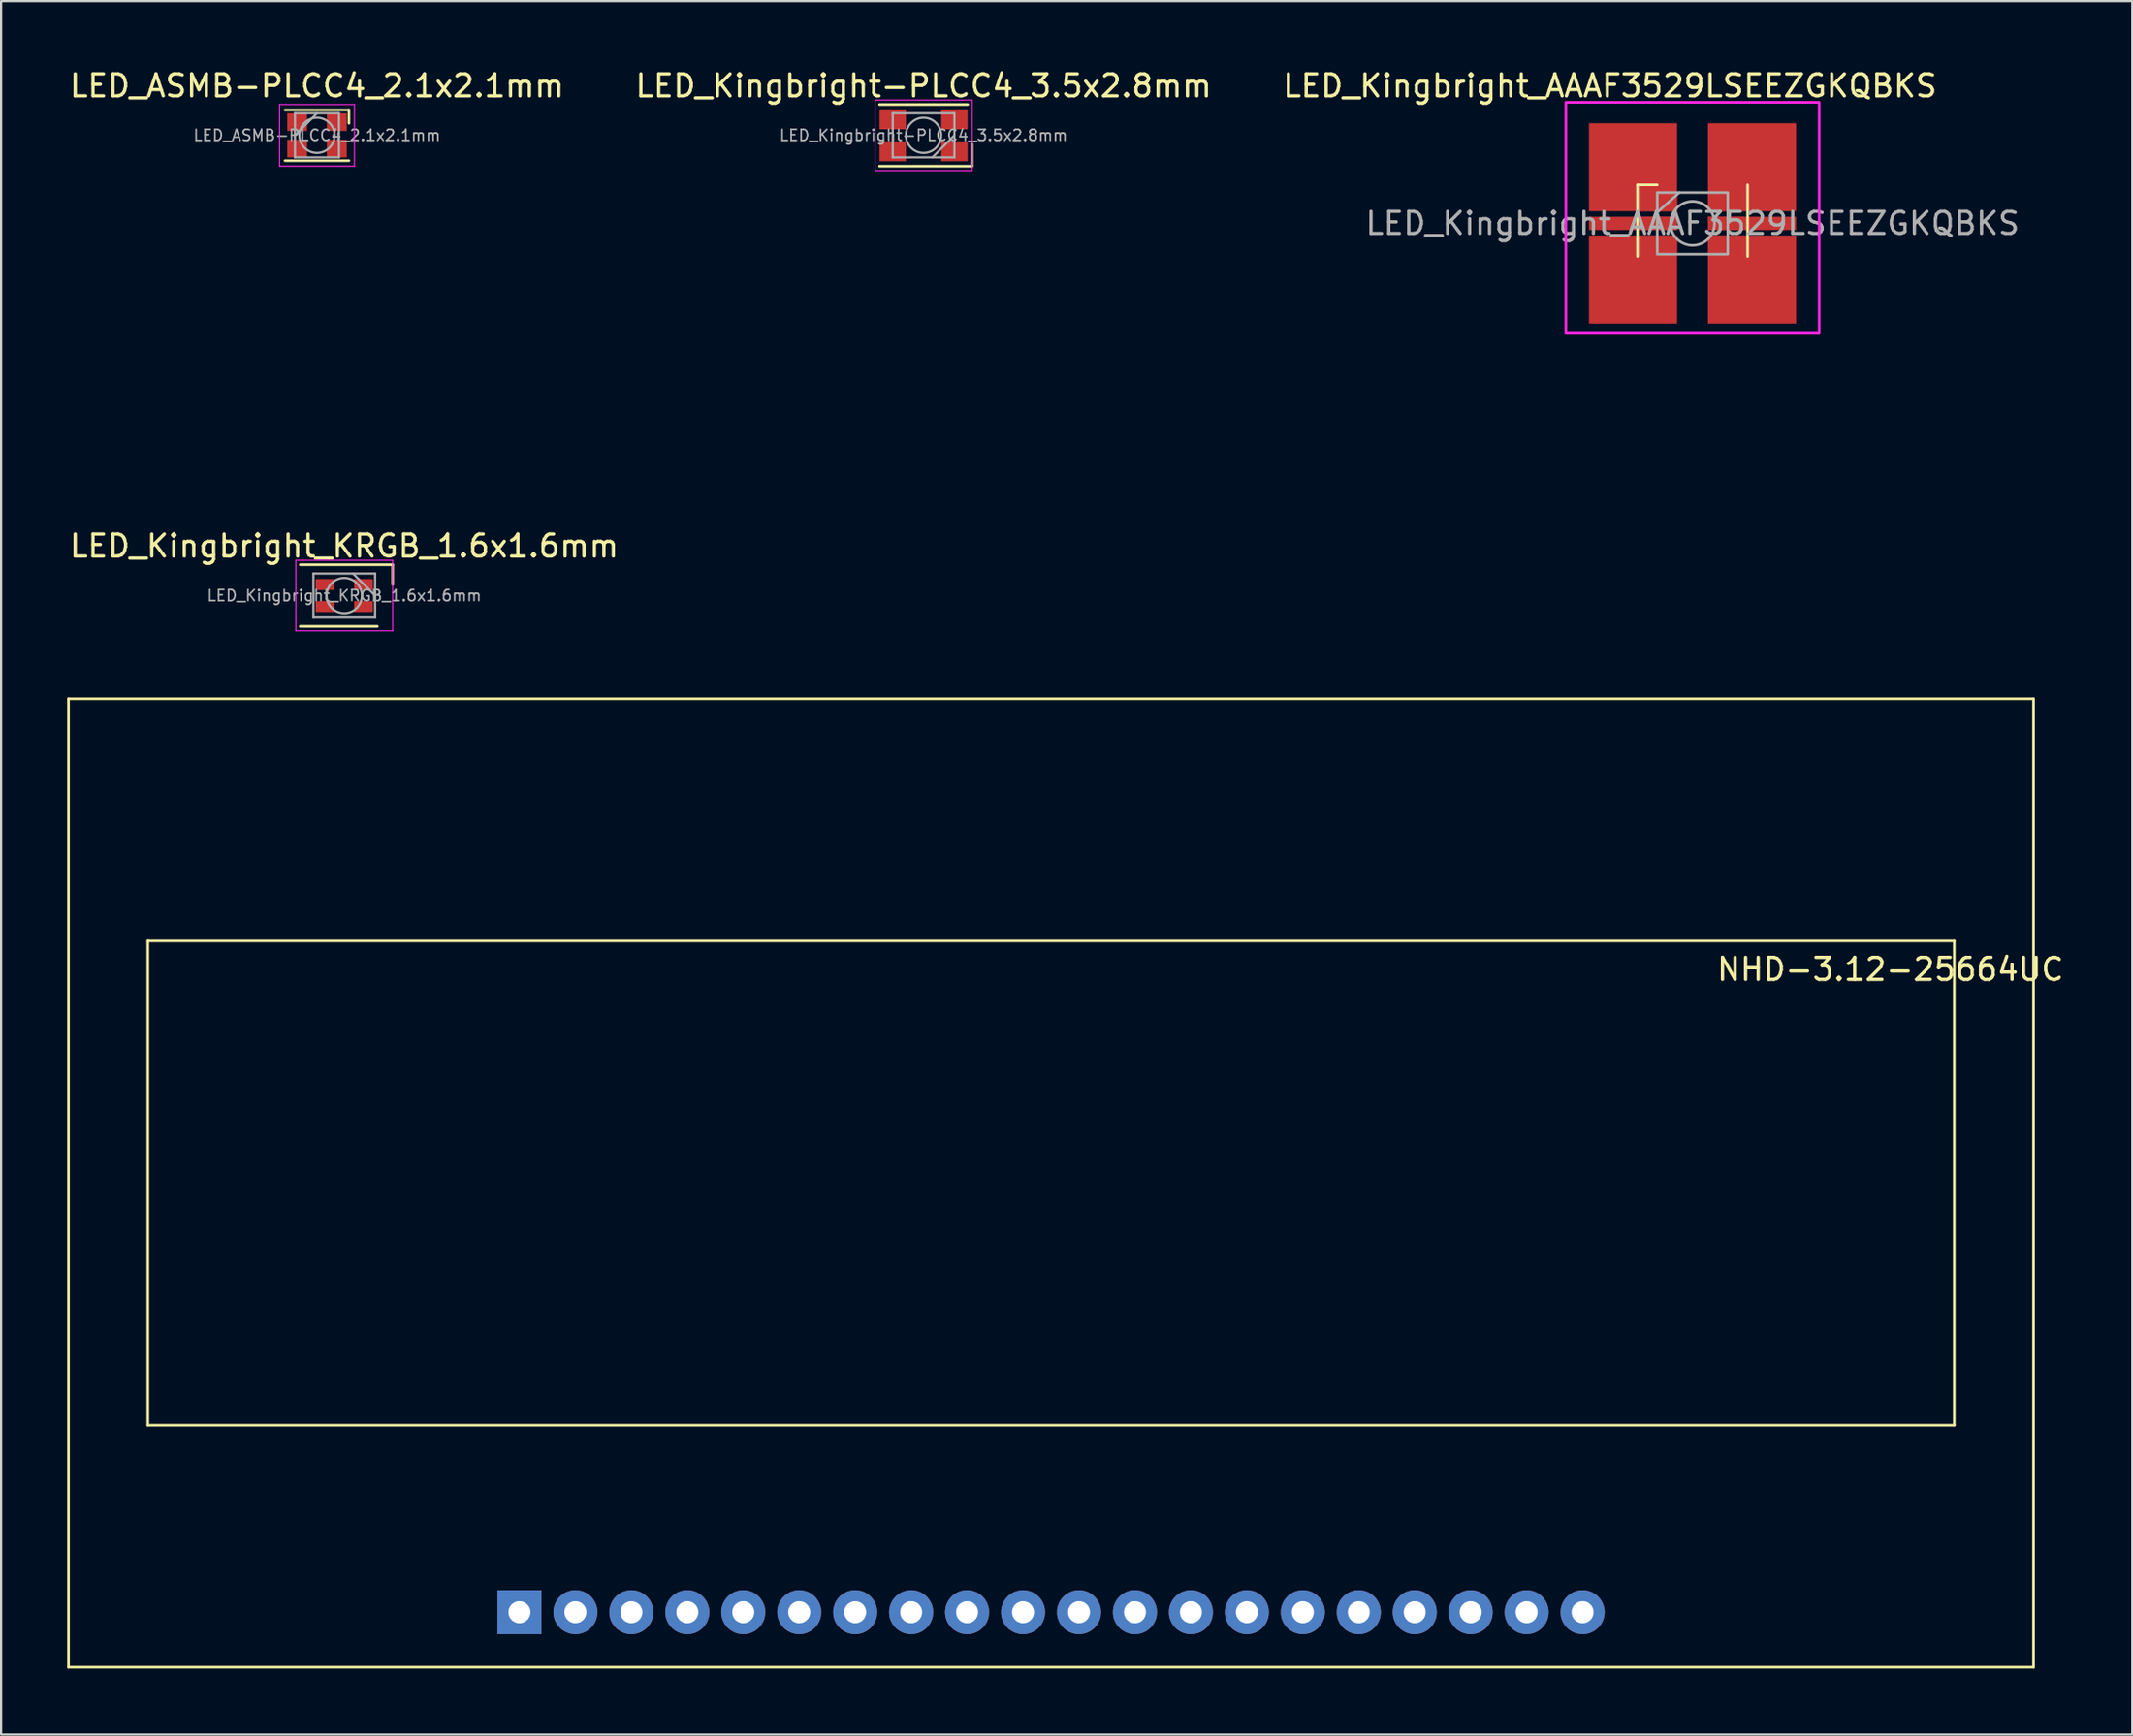
<source format=kicad_pcb>
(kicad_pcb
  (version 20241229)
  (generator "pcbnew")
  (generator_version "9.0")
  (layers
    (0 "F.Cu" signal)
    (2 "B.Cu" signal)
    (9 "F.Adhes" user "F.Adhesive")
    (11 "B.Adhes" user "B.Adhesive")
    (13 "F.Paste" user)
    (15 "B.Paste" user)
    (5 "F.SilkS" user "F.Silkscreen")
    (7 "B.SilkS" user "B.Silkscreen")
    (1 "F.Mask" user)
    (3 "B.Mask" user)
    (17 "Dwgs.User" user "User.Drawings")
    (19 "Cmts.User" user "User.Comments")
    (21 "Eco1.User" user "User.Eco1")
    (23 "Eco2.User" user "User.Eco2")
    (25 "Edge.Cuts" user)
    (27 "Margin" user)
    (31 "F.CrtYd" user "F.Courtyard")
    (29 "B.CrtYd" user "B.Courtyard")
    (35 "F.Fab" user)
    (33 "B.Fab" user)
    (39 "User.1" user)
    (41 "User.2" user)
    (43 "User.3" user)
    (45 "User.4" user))
  (footprint "NHD-3.12-25664UC"
    (layer "F.Cu")
    (at 44.66 51.142)
    (property "Reference" "NHD-3.12-25664UC" (at 38.1 -10.16 180) (layer "F.SilkS") (effects (font (size 1 1) (thickness 0.15))))
    (attr through_hole)
    (fp_line (start -44.6 21.55) (end -44.6 -22.45) (stroke (width 0.12) (type solid)) (layer "F.SilkS"))
    (fp_line (start -41 10.55) (end -41 -11.45) (stroke (width 0.12) (type solid)) (layer "F.SilkS"))
    (fp_line (start 41 -11.45) (end -41 -11.45) (stroke (width 0.12) (type solid)) (layer "F.SilkS"))
    (fp_line (start 41 10.55) (end -41 10.55) (stroke (width 0.12) (type solid)) (layer "F.SilkS"))
    (fp_line (start 41 10.55) (end 41 -11.45) (stroke (width 0.12) (type solid)) (layer "F.SilkS"))
    (fp_line (start 44.6 -22.45) (end -44.6 -22.45) (stroke (width 0.12) (type solid)) (layer "F.SilkS"))
    (fp_line (start 44.6 21.55) (end -44.6 21.55) (stroke (width 0.12) (type solid)) (layer "F.SilkS"))
    (fp_line (start 44.6 21.55) (end 44.6 -22.45) (stroke (width 0.12) (type solid)) (layer "F.SilkS"))
    (pad "1" thru_hole rect (at -24.13 19.05 180) (size 2 2) (drill 1) (layers "*.Cu" "*.Mask"))
    (pad "2" thru_hole circle (at -21.59 19.05 180) (size 2 2) (drill 1) (layers "*.Cu" "*.Mask"))
    (pad "3" thru_hole circle (at -19.05 19.05 180) (size 2 2) (drill 1) (layers "*.Cu" "*.Mask"))
    (pad "4" thru_hole circle (at -16.51 19.05 180) (size 2 2) (drill 1) (layers "*.Cu" "*.Mask"))
    (pad "5" thru_hole circle (at -13.97 19.05 180) (size 2 2) (drill 1) (layers "*.Cu" "*.Mask"))
    (pad "6" thru_hole circle (at -11.43 19.05 180) (size 2 2) (drill 1) (layers "*.Cu" "*.Mask"))
    (pad "7" thru_hole circle (at -8.89 19.05 180) (size 2 2) (drill 1) (layers "*.Cu" "*.Mask"))
    (pad "8" thru_hole circle (at -6.35 19.05 180) (size 2 2) (drill 1) (layers "*.Cu" "*.Mask"))
    (pad "9" thru_hole circle (at -3.81 19.05 180) (size 2 2) (drill 1) (layers "*.Cu" "*.Mask"))
    (pad "10" thru_hole circle (at -1.27 19.05 180) (size 2 2) (drill 1) (layers "*.Cu" "*.Mask"))
    (pad "11" thru_hole circle (at 1.27 19.05 180) (size 2 2) (drill 1) (layers "*.Cu" "*.Mask"))
    (pad "12" thru_hole circle (at 3.81 19.05 180) (size 2 2) (drill 1) (layers "*.Cu" "*.Mask"))
    (pad "13" thru_hole circle (at 6.35 19.05 180) (size 2 2) (drill 1) (layers "*.Cu" "*.Mask"))
    (pad "14" thru_hole circle (at 8.89 19.05 180) (size 2 2) (drill 1) (layers "*.Cu" "*.Mask"))
    (pad "15" thru_hole circle (at 11.43 19.05 180) (size 2 2) (drill 1) (layers "*.Cu" "*.Mask"))
    (pad "16" thru_hole circle (at 13.97 19.05 180) (size 2 2) (drill 1) (layers "*.Cu" "*.Mask"))
    (pad "17" thru_hole circle (at 16.51 19.05 180) (size 2 2) (drill 1) (layers "*.Cu" "*.Mask"))
    (pad "18" thru_hole circle (at 19.05 19.05 180) (size 2 2) (drill 1) (layers "*.Cu" "*.Mask"))
    (pad "19" thru_hole circle (at 21.59 19.05 180) (size 2 2) (drill 1) (layers "*.Cu" "*.Mask"))
    (pad "20" thru_hole circle (at 24.13 19.05 180) (size 2 2) (drill 1) (layers "*.Cu" "*.Mask")))
  (footprint "LED_Kingbright-PLCC4_3.5x2.8mm"
    (layer "F.Cu")
    (at 38.875 3.098)
    (property "Reference" "LED_Kingbright-PLCC4_3.5x2.8mm" (at 0 -2.25 0) (layer "F.SilkS") (effects (font (size 1 1) (thickness 0.15))))
    (attr smd)
    (fp_line (start -2 -1.4) (end 2 -1.4) (stroke (width 0.12) (type solid)) (layer "F.SilkS"))
    (fp_line (start -2 1.4) (end 2.2 1.4) (stroke (width 0.12) (type solid)) (layer "F.SilkS"))
    (fp_line (start 2.2 1.4) (end 2.2 0.4) (stroke (width 0.12) (type solid)) (layer "F.SilkS"))
    (fp_line (start -2.2 -1.6) (end -2.2 1.6) (stroke (width 0.05) (type solid)) (layer "F.CrtYd"))
    (fp_line (start -2.2 1.6) (end 2.2 1.6) (stroke (width 0.05) (type solid)) (layer "F.CrtYd"))
    (fp_line (start 2.2 -1.6) (end -2.2 -1.6) (stroke (width 0.05) (type solid)) (layer "F.CrtYd"))
    (fp_line (start 2.2 1.6) (end 2.2 -1.6) (stroke (width 0.05) (type solid)) (layer "F.CrtYd"))
    (fp_line (start -1.4 -1) (end -1.4 1) (stroke (width 0.1) (type solid)) (layer "F.Fab"))
    (fp_line (start -1.4 1) (end 1.4 1) (stroke (width 0.1) (type solid)) (layer "F.Fab"))
    (fp_line (start 1.4 -1) (end -1.4 -1) (stroke (width 0.1) (type solid)) (layer "F.Fab"))
    (fp_line (start 1.4 0) (end 0.4 1) (stroke (width 0.1) (type solid)) (layer "F.Fab"))
    (fp_line (start 1.4 1) (end 1.4 -1) (stroke (width 0.1) (type solid)) (layer "F.Fab"))
    (fp_circle (center 0 0) (end 0.8 0) (stroke (width 0.1) (type solid)) (fill no) (layer "F.Fab"))
    (fp_text user "${REFERENCE}" (at 0 0 0) (layer "F.Fab") (effects (font (size 0.5 0.5) (thickness 0.075))))
    (pad "1" smd rect (at 1.4 0.725) (size 1.2 0.9) (layers "F.Cu" "F.Mask" "F.Paste"))
    (pad "2" smd rect (at -1.4 0.725) (size 1.2 0.9) (layers "F.Cu" "F.Mask" "F.Paste"))
    (pad "3" smd rect (at -1.4 -0.725) (size 1.2 0.9) (layers "F.Cu" "F.Mask" "F.Paste"))
    (pad "4" smd rect (at 1.4 -0.725) (size 1.2 0.9) (layers "F.Cu" "F.Mask" "F.Paste")))
  (footprint "LED_Kingbright_AAAF3529LSEEZGKQBKS"
    (layer "F.Cu")
    (at 73.78 7.098)
    (property "Reference" "LED_Kingbright_AAAF3529LSEEZGKQBKS" (at -3.75 -6.25 0) (unlocked yes) (layer "F.SilkS") (effects (font (size 1 1) (thickness 0.15))))
    (attr smd)
    (fp_line (start -2.5 -1.75) (end -2.5 1.5) (stroke (width 0.12) (type default)) (layer "F.SilkS"))
    (fp_line (start -2.5 -1.75) (end -1.6 -1.75) (stroke (width 0.12) (type default)) (layer "F.SilkS"))
    (fp_line (start 2.5 1.5) (end 2.5 -1.75) (stroke (width 0.12) (type default)) (layer "F.SilkS"))
    (fp_rect (start -0.25 10.75) (end -0.25 10.75) (stroke (width 0.12) (type default)) (fill no) (layer "F.SilkS"))
    (fp_rect (start -5.75 -5.5) (end 5.75 5) (stroke (width 0.12) (type default)) (fill no) (layer "F.CrtYd"))
    (fp_line (start -0.6 -1.4) (end -1.6 -0.5) (stroke (width 0.12) (type default)) (layer "F.Fab"))
    (fp_rect (start -1.6 -1.4) (end 1.6 1.4) (stroke (width 0.12) (type default)) (fill no) (layer "F.Fab"))
    (fp_circle (center 0 0) (end 1 0) (stroke (width 0.12) (type default)) (fill no) (layer "F.Fab"))
    (fp_text user "${REFERENCE}" (at 0 0 0) (unlocked yes) (layer "F.Fab") (effects (font (size 1 1) (thickness 0.15))))
    (pad "1" smd rect (at -2.7 -2.55) (size 4 4) (layers "F.Cu"))
    (pad "1" smd rect (at -1.525 -0.95) (size 1.65 0.8) (layers "F.Cu" "F.Mask" "F.Paste"))
    (pad "2" smd rect (at -2.7 0) (size 4 0.6) (layers "F.Cu"))
    (pad "2" smd rect (at -1.525 0) (size 1.65 0.6) (layers "F.Cu" "F.Mask" "F.Paste"))
    (pad "3" smd rect (at -2.7 2.55) (size 4 4) (layers "F.Cu"))
    (pad "3" smd rect (at -1.525 0.95) (size 1.65 0.8) (layers "F.Cu" "F.Mask" "F.Paste"))
    (pad "4" smd rect (at 1.525 0.95) (size 1.65 0.8) (layers "F.Cu" "F.Mask" "F.Paste"))
    (pad "4" smd rect (at 2.7 2.55) (size 4 4) (layers "F.Cu"))
    (pad "5" smd rect (at 1.525 0) (size 1.65 0.6) (layers "F.Cu" "F.Mask" "F.Paste"))
    (pad "5" smd rect (at 2.7 0) (size 4 0.6) (layers "F.Cu"))
    (pad "6" smd rect (at 1.525 -0.95) (size 1.65 0.8) (layers "F.Cu" "F.Mask" "F.Paste"))
    (pad "6" smd rect (at 2.7 -2.55) (size 4 4) (layers "F.Cu")))
  (footprint "LED_Kingbright_KRGB_1.6x1.6mm"
    (layer "F.Cu")
    (at 12.577 24.006)
    (property "Reference" "LED_Kingbright_KRGB_1.6x1.6mm" (at 0 -2.25 0) (layer "F.SilkS") (effects (font (size 1 1) (thickness 0.15))))
    (attr smd)
    (fp_line (start -2 -1.4) (end 2.2 -1.4) (stroke (width 0.12) (type solid)) (layer "F.SilkS"))
    (fp_line (start -2 1.4) (end 1.5 1.4) (stroke (width 0.12) (type solid)) (layer "F.SilkS"))
    (fp_line (start 2.2 -0.5) (end 2.2 -1.4) (stroke (width 0.12) (type solid)) (layer "F.SilkS"))
    (fp_line (start -2.2 -1.6) (end -2.2 1.6) (stroke (width 0.05) (type solid)) (layer "F.CrtYd"))
    (fp_line (start -2.2 1.6) (end 2.2 1.6) (stroke (width 0.05) (type solid)) (layer "F.CrtYd"))
    (fp_line (start 2.2 -1.6) (end -2.2 -1.6) (stroke (width 0.05) (type solid)) (layer "F.CrtYd"))
    (fp_line (start 2.2 1.6) (end 2.2 -1.6) (stroke (width 0.05) (type solid)) (layer "F.CrtYd"))
    (fp_line (start -1.4 -1) (end -1.4 1) (stroke (width 0.1) (type solid)) (layer "F.Fab"))
    (fp_line (start -1.4 1) (end 1.4 1) (stroke (width 0.1) (type solid)) (layer "F.Fab"))
    (fp_line (start 1.4 -1) (end -1.4 -1) (stroke (width 0.1) (type solid)) (layer "F.Fab"))
    (fp_line (start 1.4 0) (end 0.4 -1) (stroke (width 0.1) (type solid)) (layer "F.Fab"))
    (fp_line (start 1.4 1) (end 1.4 -1) (stroke (width 0.1) (type solid)) (layer "F.Fab"))
    (fp_circle (center 0 0) (end 0.8 0) (stroke (width 0.1) (type solid)) (fill no) (layer "F.Fab"))
    (fp_text user "${REFERENCE}" (at 0 0 0) (layer "F.Fab") (effects (font (size 0.5 0.5) (thickness 0.075))))
    (pad "1" smd rect (at 0.875 -0.5) (size 0.85 0.5) (layers "F.Cu" "F.Mask" "F.Paste"))
    (pad "2" smd rect (at -0.875 -0.5) (size 0.85 0.5) (layers "F.Cu" "F.Mask" "F.Paste"))
    (pad "3" smd rect (at -0.875 0.5) (size 0.85 0.5) (layers "F.Cu" "F.Mask" "F.Paste"))
    (pad "4" smd rect (at 0.875 0.5) (size 0.85 0.5) (layers "F.Cu" "F.Mask" "F.Paste")))
  (footprint "LED_ASMB-PLCC4_2.1x2.1mm"
    (layer "F.Cu")
    (at 11.339 3.098)
    (property "Reference" "LED_ASMB-PLCC4_2.1x2.1mm" (at 0 -2.25 0) (layer "F.SilkS") (effects (font (size 1 1) (thickness 0.15))))
    (attr smd)
    (fp_line (start -1.45 -1.15) (end 1.45 -1.15) (stroke (width 0.12) (type solid)) (layer "F.SilkS"))
    (fp_line (start -1.45 1.15) (end 1.45 1.15) (stroke (width 0.12) (type solid)) (layer "F.SilkS"))
    (fp_line (start 1.45 -0.55) (end 1.45 -1.15) (stroke (width 0.12) (type solid)) (layer "F.SilkS"))
    (fp_line (start -1.7 -1.4) (end -1.7 1.4) (stroke (width 0.05) (type solid)) (layer "F.CrtYd"))
    (fp_line (start -1.7 1.4) (end 1.7 1.4) (stroke (width 0.05) (type solid)) (layer "F.CrtYd"))
    (fp_line (start 1.7 -1.4) (end -1.7 -1.4) (stroke (width 0.05) (type solid)) (layer "F.CrtYd"))
    (fp_line (start 1.7 1.4) (end 1.7 -1.4) (stroke (width 0.05) (type solid)) (layer "F.CrtYd"))
    (fp_line (start -1 -1) (end -1 1) (stroke (width 0.1) (type solid)) (layer "F.Fab"))
    (fp_line (start -1 1) (end 1 1) (stroke (width 0.1) (type solid)) (layer "F.Fab"))
    (fp_line (start 0 -1) (end -1 0) (stroke (width 0.1) (type solid)) (layer "F.Fab"))
    (fp_line (start 1 -1) (end -1 -1) (stroke (width 0.1) (type solid)) (layer "F.Fab"))
    (fp_line (start 1 1) (end 1 -1) (stroke (width 0.1) (type solid)) (layer "F.Fab"))
    (fp_circle (center 0 0) (end 0.8 0) (stroke (width 0.1) (type solid)) (fill no) (layer "F.Fab"))
    (fp_text user "${REFERENCE}" (at 0 0 0) (layer "F.Fab") (effects (font (size 0.5 0.5) (thickness 0.075))))
    (pad "1" smd rect (at 0.9 -0.6) (size 0.9 0.8) (layers "F.Cu" "F.Mask" "F.Paste"))
    (pad "2" smd rect (at -0.9 -0.6) (size 0.9 0.8) (layers "F.Cu" "F.Mask" "F.Paste"))
    (pad "3" smd rect (at -0.9 0.6) (size 0.9 0.8) (layers "F.Cu" "F.Mask" "F.Paste"))
    (pad "4" smd rect (at 0.9 0.6) (size 0.9 0.8) (layers "F.Cu" "F.Mask" "F.Paste")))
  (gr_rect
    (start -3 -3)
    (end 93.742 75.751)
    (stroke (width 0.1) (type default))
    (fill no)
    (layer "Edge.Cuts")))
</source>
